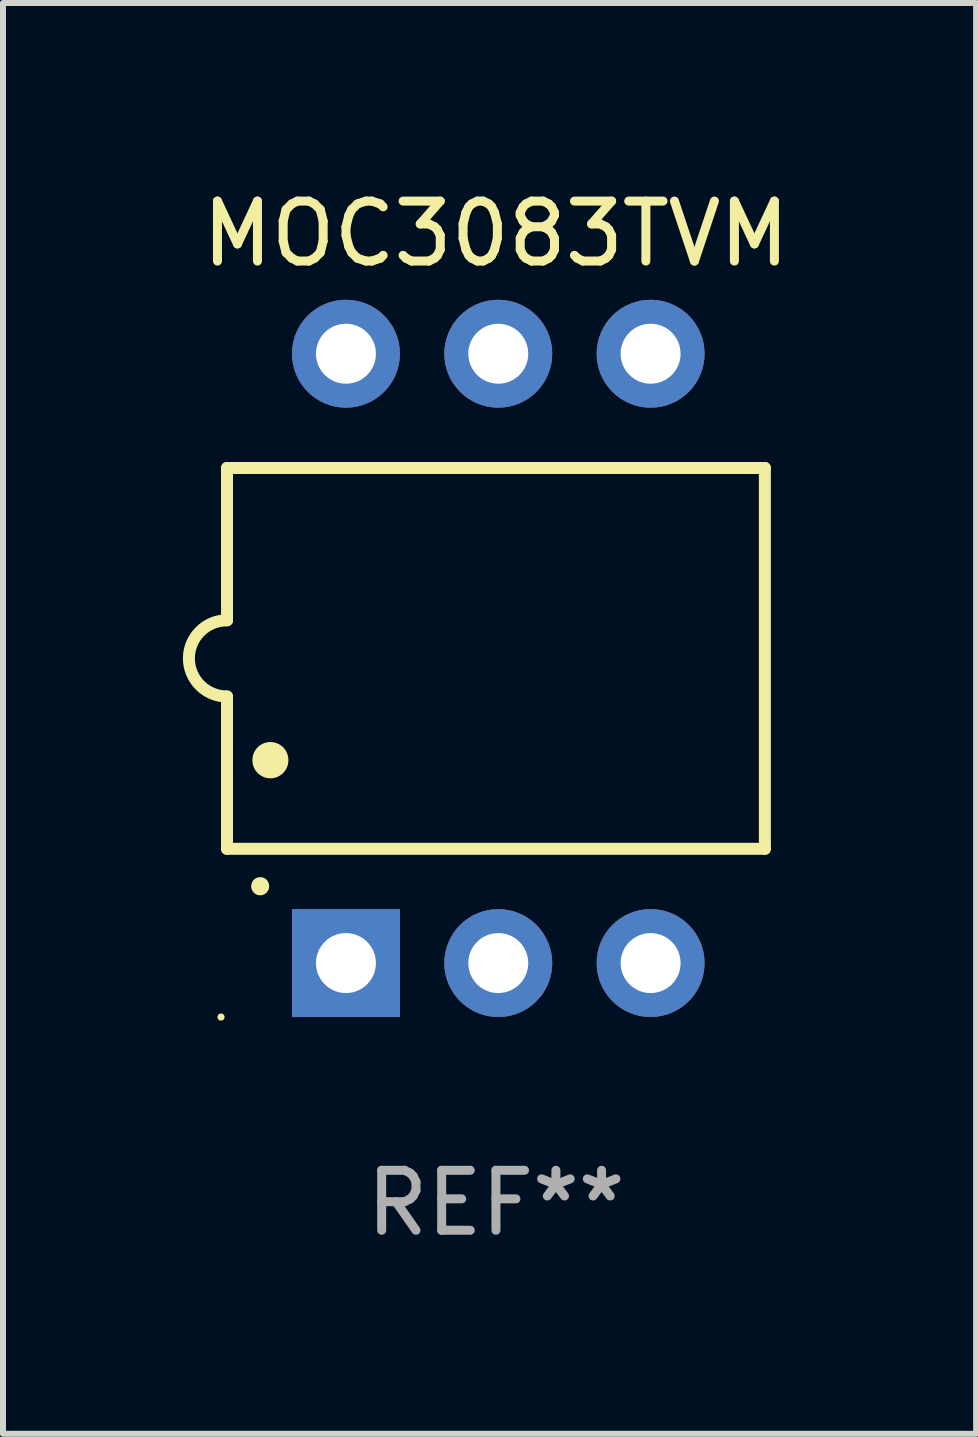
<source format=kicad_pcb>
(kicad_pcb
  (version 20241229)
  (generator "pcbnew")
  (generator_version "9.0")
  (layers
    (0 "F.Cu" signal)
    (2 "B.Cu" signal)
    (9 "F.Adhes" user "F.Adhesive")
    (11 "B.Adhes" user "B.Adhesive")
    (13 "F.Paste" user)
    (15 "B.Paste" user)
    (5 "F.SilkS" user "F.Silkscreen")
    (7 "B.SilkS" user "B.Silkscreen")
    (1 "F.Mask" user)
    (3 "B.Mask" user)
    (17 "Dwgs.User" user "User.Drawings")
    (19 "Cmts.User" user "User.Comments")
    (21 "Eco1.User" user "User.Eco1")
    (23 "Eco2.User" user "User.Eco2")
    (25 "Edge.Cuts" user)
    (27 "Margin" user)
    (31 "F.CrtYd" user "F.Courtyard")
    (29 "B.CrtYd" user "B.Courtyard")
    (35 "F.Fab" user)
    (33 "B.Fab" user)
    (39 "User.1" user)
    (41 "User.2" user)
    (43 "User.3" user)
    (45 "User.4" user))
  (footprint "MOC3083TVM"
    (layer "F.Cu")
    (at 5.219 7.928)
    (property "Reference" "MOC3083TVM" (at 0 -7.08 0) (layer "F.SilkS") (effects (font (size 1 1) (thickness 0.15))))
    (attr through_hole)
    (fp_line (start -4.484 -3.175) (end 4.484 -3.175) (stroke (width 0.2) (type solid)) (layer "F.SilkS"))
    (fp_line (start -4.484 -0.635) (end -4.484 -3.175) (stroke (width 0.2) (type solid)) (layer "F.SilkS"))
    (fp_line (start -4.484 0.635) (end -4.484 3.175) (stroke (width 0.2) (type solid)) (layer "F.SilkS"))
    (fp_line (start -4.484 3.175) (end 4.484 3.175) (stroke (width 0.2) (type solid)) (layer "F.SilkS"))
    (fp_line (start 4.484 -3.175) (end 4.484 3.175) (stroke (width 0.2) (type solid)) (layer "F.SilkS"))
    (fp_arc (start -4.484379 0.635001) (mid -5.11938 0) (end -4.484379 -0.635001) (stroke (width 0.2) (type solid)) (layer "F.SilkS"))
    (fp_arc (start -3.930658 3.799848) (mid -3.930663 3.798578) (end -3.930658 3.797308) (stroke (width 0.3) (type solid)) (layer "F.SilkS"))
    (fp_arc (start -3.760478 1.699263) (mid -3.760489 1.696723) (end -3.760478 1.694183) (stroke (width 0.6) (type solid)) (layer "F.SilkS"))
    (fp_circle (center -4.584 5.98) (end -4.554 5.98) (stroke (width 0.06) (type solid)) (fill no) (layer "F.SilkS"))
    (fp_text user "REF**" (at 0 9.08 0) (layer "F.Fab") (effects (font (size 1 1) (thickness 0.15))))
    (pad "1" thru_hole rect (at -2.501 5.08 90) (size 1.8 1.8) (drill 1) (layers "*.Cu" "*.Mask"))
    (pad "2" thru_hole circle (at 0.039 5.08) (size 1.8 1.8) (drill 1) (layers "*.Cu" "*.Mask"))
    (pad "3" thru_hole circle (at 2.579 5.08) (size 1.8 1.8) (drill 1) (layers "*.Cu" "*.Mask"))
    (pad "4" thru_hole circle (at 2.579 -5.08) (size 1.8 1.8) (drill 1) (layers "*.Cu" "*.Mask"))
    (pad "5" thru_hole circle (at 0.039 -5.08) (size 1.8 1.8) (drill 1) (layers "*.Cu" "*.Mask"))
    (pad "6" thru_hole circle (at -2.501 -5.08) (size 1.8 1.8) (drill 1) (layers "*.Cu" "*.Mask")))
  (gr_rect
    (start -3 -3)
    (end 13.225 20.857)
    (stroke (width 0.1) (type default))
    (fill no)
    (layer "Edge.Cuts")))
</source>
